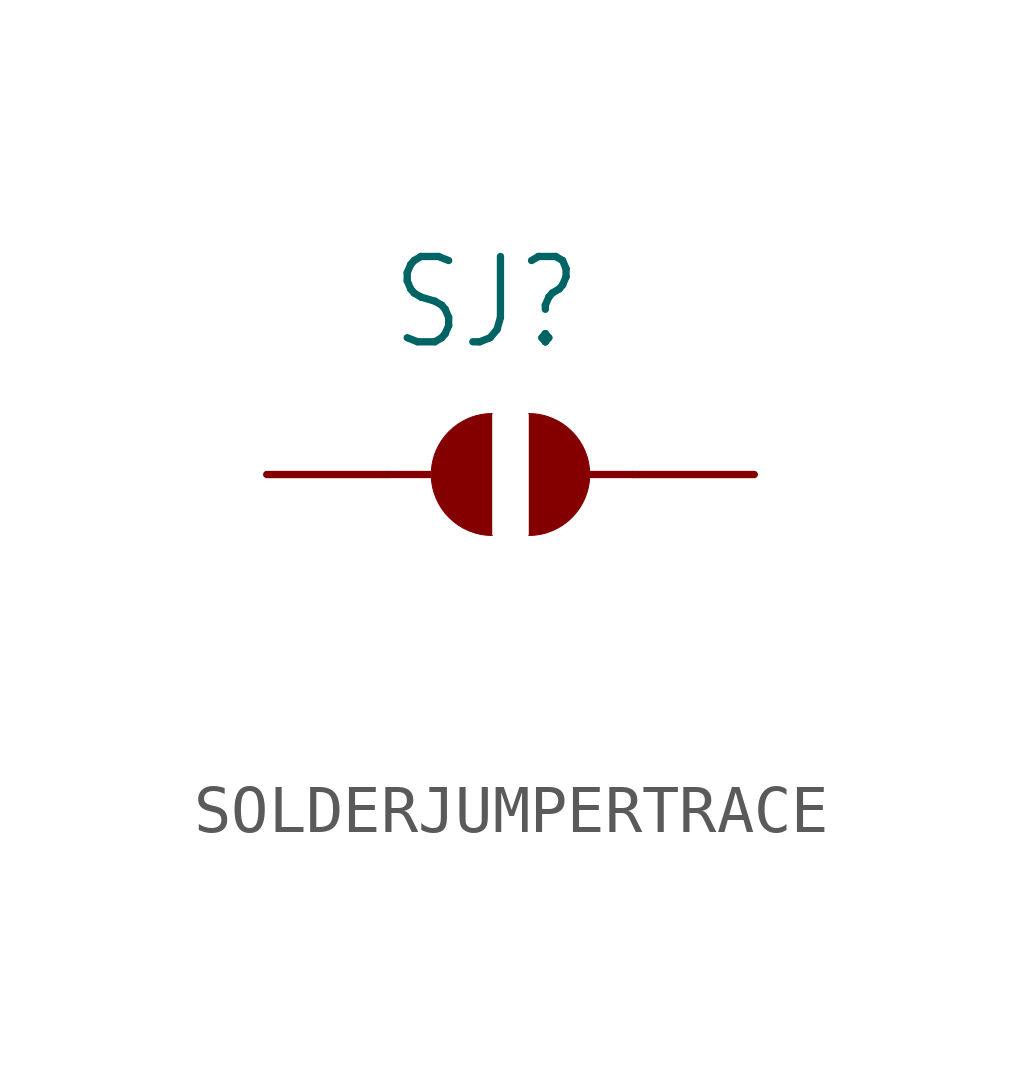
<source format=kicad_sym>
(kicad_symbol_lib
  (version 20241209)
  (generator "kicad_symbol_editor")
  (generator_version "9.0")
  (symbol "SOLDERJUMPERTRACE"
    (property "Reference" "SJ"
      (at -2.54 2.54 0)
      (effects (font (size 1.778 1.511)) (justify left bottom)))
    (property "Value" ""
      (at -2.54 -5.08 0)
      (effects (font (size 1.778 1.511)) (justify left bottom)))
    (property "ki_locked" ""
      (at 0 0 0)
      (effects (font (size 1.27 1.27))))
    (symbol "SOLDERJUMPERTRACE_1_0"
      (polyline (pts (xy -2.54 0) (xy -1.651 0)) (stroke (width 0.152) (type solid)) (fill (type none)))
      (arc (start -0.381 -1.27) (mid -1.651 0) (end -0.381 1.27) (stroke (width 0.0001) (type solid)) (fill (type outline)))
      (arc (start 0.381 1.27) (mid 1.651 0) (end 0.381 -1.27) (stroke (width 0.0001) (type solid)) (fill (type outline)))
      (polyline (pts (xy 2.54 0) (xy 1.651 0)) (stroke (width 0.152) (type solid)) (fill (type none)))
      (pin passive line (at -5.08 0 0) (length 2.54) (name "1" (effects (font (size 0 0)))) (number "1" (effects (font (size 0 0)))))
      (pin passive line (at 5.08 0 180) (length 2.54) (name "2" (effects (font (size 0 0)))) (number "2" (effects (font (size 0 0))))))))
</source>
